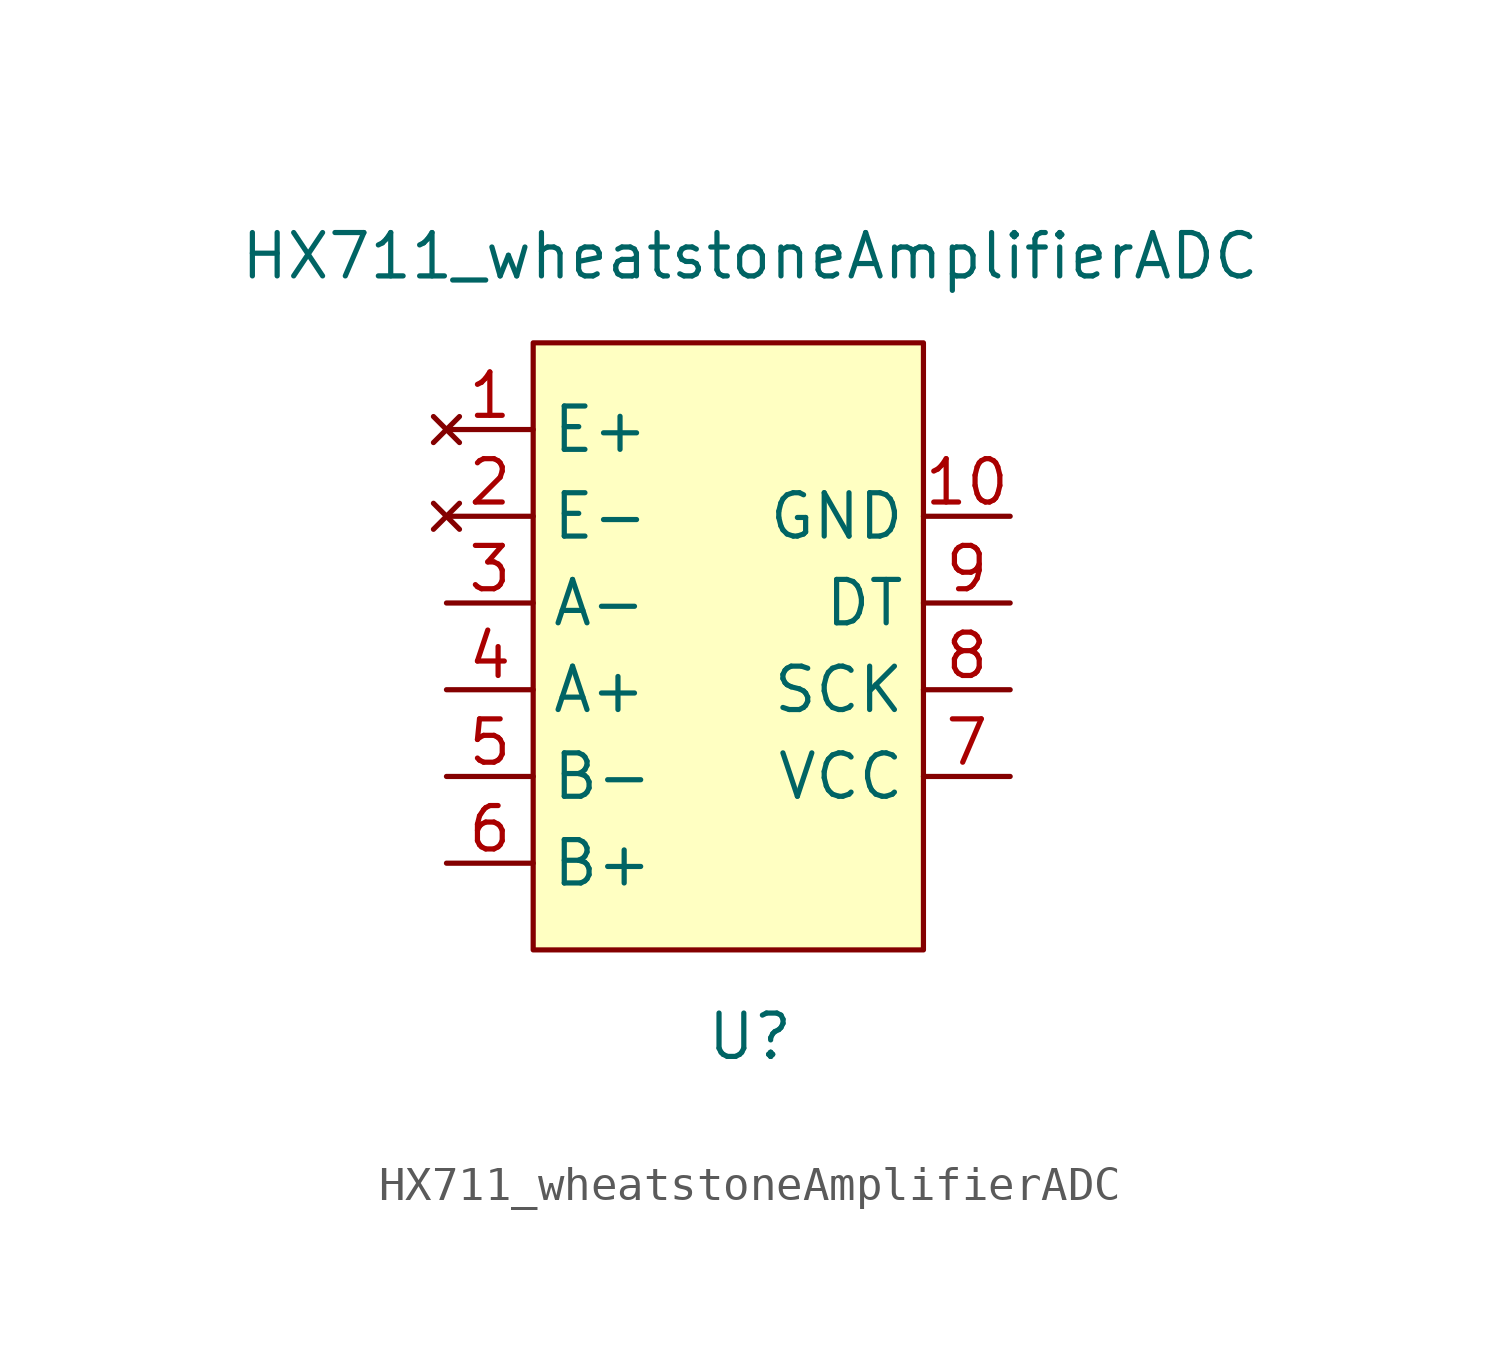
<source format=kicad_sym>
(kicad_symbol_lib
  (version 20211014)
  (generator kicad_symbol_editor)
  (symbol "HX711_wheatstoneAmplifierADC"
    (property "Reference" "U"
      (at 6.35 -20.32 0)
      (effects (font (size 1.27 1.27))))
    (property "Value" "HX711_wheatstoneAmplifierADC"
      (at 6.35 2.54 0)
      (effects (font (size 1.27 1.27))))
    (symbol "HX711_wheatstoneAmplifierADC_0_1"
      (rectangle (start 0 0) (end 11.43 -17.78) (stroke (width 0.152) (type default) (color 0 0 0 0)) (fill (type background))))
    (symbol "HX711_wheatstoneAmplifierADC_1_1"
      (pin no_connect line (at -2.54 -2.54 0) (length 2.54) (name "E+" (effects (font (size 1.27 1.27)))) (number "1" (effects (font (size 1.27 1.27)))))
      (pin input line (at 13.97 -5.08 180) (length 2.54) (name "GND" (effects (font (size 1.27 1.27)))) (number "10" (effects (font (size 1.27 1.27)))))
      (pin no_connect line (at -2.54 -5.08 0) (length 2.54) (name "E-" (effects (font (size 1.27 1.27)))) (number "2" (effects (font (size 1.27 1.27)))))
      (pin input line (at -2.54 -7.62 0) (length 2.54) (name "A-" (effects (font (size 1.27 1.27)))) (number "3" (effects (font (size 1.27 1.27)))))
      (pin input line (at -2.54 -10.16 0) (length 2.54) (name "A+" (effects (font (size 1.27 1.27)))) (number "4" (effects (font (size 1.27 1.27)))))
      (pin input line (at -2.54 -12.7 0) (length 2.54) (name "B-" (effects (font (size 1.27 1.27)))) (number "5" (effects (font (size 1.27 1.27)))))
      (pin input line (at -2.54 -15.24 0) (length 2.54) (name "B+" (effects (font (size 1.27 1.27)))) (number "6" (effects (font (size 1.27 1.27)))))
      (pin input line (at 13.97 -12.7 180) (length 2.54) (name "VCC" (effects (font (size 1.27 1.27)))) (number "7" (effects (font (size 1.27 1.27)))))
      (pin input line (at 13.97 -10.16 180) (length 2.54) (name "SCK" (effects (font (size 1.27 1.27)))) (number "8" (effects (font (size 1.27 1.27)))))
      (pin input line (at 13.97 -7.62 180) (length 2.54) (name "DT" (effects (font (size 1.27 1.27)))) (number "9" (effects (font (size 1.27 1.27))))))))
</source>
